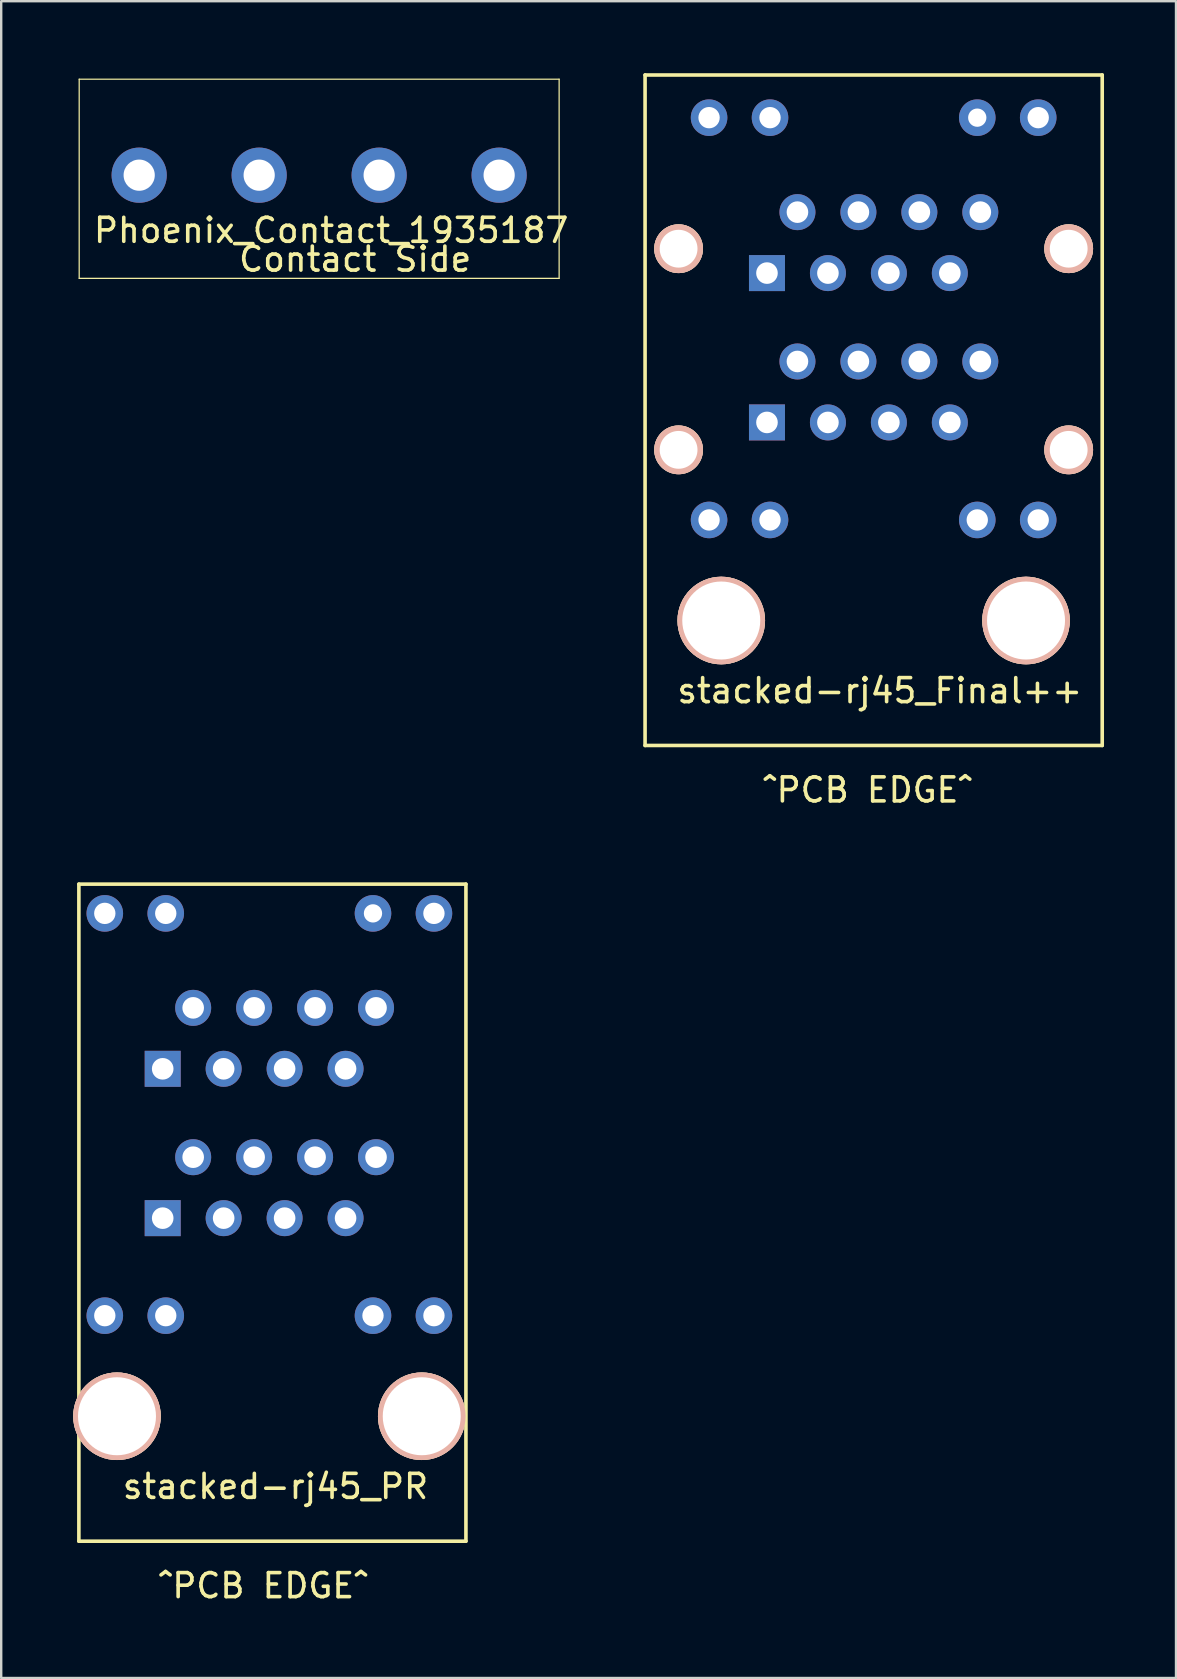
<source format=kicad_pcb>
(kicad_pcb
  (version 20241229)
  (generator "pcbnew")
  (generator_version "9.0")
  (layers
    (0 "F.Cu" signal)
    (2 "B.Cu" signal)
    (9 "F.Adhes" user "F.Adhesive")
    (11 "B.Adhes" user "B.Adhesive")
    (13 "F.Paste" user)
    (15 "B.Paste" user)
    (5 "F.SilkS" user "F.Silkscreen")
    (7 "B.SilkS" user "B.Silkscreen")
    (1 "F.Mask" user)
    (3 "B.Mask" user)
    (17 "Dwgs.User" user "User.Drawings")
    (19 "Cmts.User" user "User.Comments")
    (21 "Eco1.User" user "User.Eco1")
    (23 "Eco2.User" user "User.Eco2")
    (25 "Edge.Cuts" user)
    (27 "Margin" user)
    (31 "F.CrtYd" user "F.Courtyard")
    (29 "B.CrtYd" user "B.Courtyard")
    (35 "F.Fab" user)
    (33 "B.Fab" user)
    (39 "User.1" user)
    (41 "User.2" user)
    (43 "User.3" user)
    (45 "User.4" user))
  (footprint "stacked-rj45_Final++"
    (layer "F.Cu")
    (at 28.911 14.553)
    (property "Reference" "stacked-rj45_Final++" (at 4.7 11.18 0) (layer "F.SilkS") (effects (font (size 1 1) (thickness 0.15))))
    (attr through_hole)
    (fp_line (start -5.08 -14.478) (end -5.08 13.462) (stroke (width 0.15) (type solid)) (layer "F.SilkS"))
    (fp_line (start -5.08 -14.478) (end 13.97 -14.478) (stroke (width 0.15) (type solid)) (layer "F.SilkS"))
    (fp_line (start -5.08 13.462) (end 13.97 13.462) (stroke (width 0.15) (type solid)) (layer "F.SilkS"))
    (fp_line (start 13.97 -14.478) (end 13.97 13.462) (stroke (width 0.15) (type solid)) (layer "F.SilkS"))
    (fp_text user "^PCB EDGE^" (at 4.191 15.316 0) (layer "F.SilkS") (effects (font (size 1 1) (thickness 0.15))))
    (pad "" np_thru_hole circle (at -3.683 -7.239) (size 2.032 2.032) (drill 1.575) (layers "*.Cu" "*.SilkS" "*.Mask"))
    (pad "" np_thru_hole circle (at -3.683 1.143) (size 2.032 2.032) (drill 1.575) (layers "*.Cu" "*.SilkS" "*.Mask"))
    (pad "" np_thru_hole circle (at -1.905 8.255) (size 3.65 3.65) (drill 3.25) (layers "*.Cu" "*.SilkS" "*.Mask"))
    (pad "" np_thru_hole circle (at 10.795 8.255) (size 3.65 3.65) (drill 3.25) (layers "*.Cu" "*.SilkS" "*.Mask"))
    (pad "" np_thru_hole circle (at 12.573 -7.239) (size 2.032 2.032) (drill 1.575) (layers "*.Cu" "*.SilkS" "*.Mask"))
    (pad "" np_thru_hole circle (at 12.573 1.143) (size 2.032 2.032) (drill 1.575) (layers "*.Cu" "*.SilkS" "*.Mask"))
    (pad "1" thru_hole rect (at 0 0) (size 1.5 1.5) (drill 0.9) (layers "*.Cu" "*.Mask"))
    (pad "2" thru_hole circle (at 1.27 -2.54) (size 1.5 1.5) (drill 0.9) (layers "*.Cu" "*.Mask"))
    (pad "3" thru_hole circle (at 2.54 0) (size 1.5 1.5) (drill 0.9) (layers "*.Cu" "*.Mask"))
    (pad "4" thru_hole circle (at 3.81 -2.54) (size 1.5 1.5) (drill 0.9) (layers "*.Cu" "*.Mask"))
    (pad "5" thru_hole circle (at 5.08 0) (size 1.5 1.5) (drill 0.9) (layers "*.Cu" "*.Mask"))
    (pad "6" thru_hole circle (at 6.35 -2.54) (size 1.5 1.5) (drill 0.9) (layers "*.Cu" "*.Mask"))
    (pad "7" thru_hole circle (at 7.62 0) (size 1.5 1.5) (drill 0.9) (layers "*.Cu" "*.Mask"))
    (pad "8" thru_hole circle (at 8.89 -2.54) (size 1.5 1.5) (drill 0.9) (layers "*.Cu" "*.Mask"))
    (pad "9" thru_hole circle (at 8.89 -8.763) (size 1.5 1.5) (drill 0.9) (layers "*.Cu" "*.Mask"))
    (pad "10" thru_hole circle (at 7.62 -6.223) (size 1.5 1.5) (drill 0.9) (layers "*.Cu" "*.Mask"))
    (pad "11" thru_hole circle (at 6.35 -8.763) (size 1.5 1.5) (drill 0.9) (layers "*.Cu" "*.Mask"))
    (pad "12" thru_hole circle (at 5.08 -6.223) (size 1.5 1.5) (drill 0.9) (layers "*.Cu" "*.Mask"))
    (pad "13" thru_hole circle (at 3.81 -8.763) (size 1.5 1.5) (drill 0.9) (layers "*.Cu" "*.Mask"))
    (pad "14" thru_hole circle (at 2.54 -6.223) (size 1.5 1.5) (drill 0.9) (layers "*.Cu" "*.Mask"))
    (pad "15" thru_hole circle (at 1.27 -8.763) (size 1.5 1.5) (drill 0.9) (layers "*.Cu" "*.Mask"))
    (pad "16" thru_hole rect (at 0 -6.223) (size 1.5 1.5) (drill 0.9) (layers "*.Cu" "*.Mask"))
    (pad "17" thru_hole circle (at -2.413 -12.7) (size 1.524 1.524) (drill 0.889) (layers "*.Cu" "*.Mask"))
    (pad "18" thru_hole circle (at 0.127 -12.7) (size 1.524 1.524) (drill 0.889) (layers "*.Cu" "*.Mask"))
    (pad "19" thru_hole circle (at 8.763 -12.7) (size 1.524 1.524) (drill 0.762) (layers "*.Cu" "*.Mask"))
    (pad "20" thru_hole circle (at 11.303 -12.7) (size 1.524 1.524) (drill 0.889) (layers "*.Cu" "*.Mask"))
    (pad "21" thru_hole circle (at -2.413 4.064) (size 1.524 1.524) (drill 0.889) (layers "*.Cu" "*.Mask"))
    (pad "22" thru_hole circle (at 0.127 4.064) (size 1.524 1.524) (drill 0.889) (layers "*.Cu" "*.Mask"))
    (pad "23" thru_hole circle (at 8.763 4.064) (size 1.524 1.524) (drill 0.889) (layers "*.Cu" "*.Mask"))
    (pad "24" thru_hole circle (at 11.303 4.064) (size 1.524 1.524) (drill 0.889) (layers "*.Cu" "*.Mask")))
  (footprint "Phoenix_Contact_1935187"
    (layer "F.Cu")
    (at 0.25 0.25)
    (property "Reference" "Phoenix_Contact_1935187" (at 10.5 6.3 0) (layer "F.SilkS") (effects (font (size 1 1) (thickness 0.15))))
    (attr through_hole)
    (fp_line (start 0 0) (end 0 8.3) (stroke (width 0.051) (type solid)) (layer "F.SilkS"))
    (fp_line (start 0 0) (end 20 0) (stroke (width 0.051) (type solid)) (layer "F.SilkS"))
    (fp_line (start 0 8.3) (end 20 8.3) (stroke (width 0.051) (type solid)) (layer "F.SilkS"))
    (fp_line (start 20 0) (end 20 8.3) (stroke (width 0.051) (type solid)) (layer "F.SilkS"))
    (fp_text user "Contact Side" (at 11.5 7.5 0) (layer "F.SilkS") (effects (font (size 1 1) (thickness 0.15))))
    (pad "1" thru_hole circle (at 2.5 4) (size 2.3 2.3) (drill 1.3) (layers "*.Cu" "*.Mask"))
    (pad "2" thru_hole circle (at 7.5 4) (size 2.3 2.3) (drill 1.3) (layers "*.Cu" "*.Mask"))
    (pad "3" thru_hole circle (at 12.5 4) (size 2.3 2.3) (drill 1.3) (layers "*.Cu" "*.Mask"))
    (pad "4" thru_hole circle (at 17.5 4) (size 2.3 2.3) (drill 1.3) (layers "*.Cu" "*.Mask")))
  (footprint "stacked-rj45_PR"
    (layer "F.Cu")
    (at 3.73 47.712)
    (property "Reference" "stacked-rj45_PR" (at 4.7 11.18 0) (layer "F.SilkS") (effects (font (size 1 1) (thickness 0.15))))
    (attr through_hole)
    (fp_line (start -3.493 -13.919) (end 12.636 -13.919) (stroke (width 0.15) (type solid)) (layer "F.SilkS"))
    (fp_line (start -3.493 13.462) (end -3.493 -13.919) (stroke (width 0.15) (type solid)) (layer "F.SilkS"))
    (fp_line (start 12.636 -13.919) (end 12.636 13.462) (stroke (width 0.15) (type solid)) (layer "F.SilkS"))
    (fp_line (start 12.636 13.462) (end -3.493 13.462) (stroke (width 0.15) (type solid)) (layer "F.SilkS"))
    (fp_text user "^PCB EDGE^" (at 4.191 15.316 0) (layer "F.SilkS") (effects (font (size 1 1) (thickness 0.15))))
    (pad "" np_thru_hole circle (at -1.905 8.255) (size 3.65 3.65) (drill 3.25) (layers "*.Cu" "*.SilkS" "*.Mask"))
    (pad "" np_thru_hole circle (at 10.795 8.255) (size 3.65 3.65) (drill 3.25) (layers "*.Cu" "*.SilkS" "*.Mask"))
    (pad "1" thru_hole rect (at 0 -6.223) (size 1.5 1.5) (drill 0.9) (layers "*.Cu" "*.Mask"))
    (pad "1" thru_hole rect (at 0 0) (size 1.5 1.5) (drill 0.9) (layers "*.Cu" "*.Mask"))
    (pad "2" thru_hole circle (at 1.27 -8.763) (size 1.5 1.5) (drill 0.9) (layers "*.Cu" "*.Mask"))
    (pad "2" thru_hole circle (at 1.27 -2.54) (size 1.5 1.5) (drill 0.9) (layers "*.Cu" "*.Mask"))
    (pad "3" thru_hole circle (at 2.54 -6.223) (size 1.5 1.5) (drill 0.9) (layers "*.Cu" "*.Mask"))
    (pad "3" thru_hole circle (at 2.54 0) (size 1.5 1.5) (drill 0.9) (layers "*.Cu" "*.Mask"))
    (pad "4" thru_hole circle (at 3.81 -8.763) (size 1.5 1.5) (drill 0.9) (layers "*.Cu" "*.Mask"))
    (pad "4" thru_hole circle (at 3.81 -2.54) (size 1.5 1.5) (drill 0.9) (layers "*.Cu" "*.Mask"))
    (pad "5" thru_hole circle (at 5.08 -6.223) (size 1.5 1.5) (drill 0.9) (layers "*.Cu" "*.Mask"))
    (pad "5" thru_hole circle (at 5.08 0) (size 1.5 1.5) (drill 0.9) (layers "*.Cu" "*.Mask"))
    (pad "6" thru_hole circle (at 6.35 -8.763) (size 1.5 1.5) (drill 0.9) (layers "*.Cu" "*.Mask"))
    (pad "6" thru_hole circle (at 6.35 -2.54) (size 1.5 1.5) (drill 0.9) (layers "*.Cu" "*.Mask"))
    (pad "7" thru_hole circle (at 7.62 -6.223) (size 1.5 1.5) (drill 0.9) (layers "*.Cu" "*.Mask"))
    (pad "7" thru_hole circle (at 7.62 0) (size 1.5 1.5) (drill 0.9) (layers "*.Cu" "*.Mask"))
    (pad "8" thru_hole circle (at 8.89 -8.763) (size 1.5 1.5) (drill 0.9) (layers "*.Cu" "*.Mask"))
    (pad "8" thru_hole circle (at 8.89 -2.54) (size 1.5 1.5) (drill 0.9) (layers "*.Cu" "*.Mask"))
    (pad "10" thru_hole circle (at 11.303 -12.7) (size 1.524 1.524) (drill 0.889) (layers "*.Cu" "*.Mask"))
    (pad "11" thru_hole circle (at 0.127 -12.7) (size 1.524 1.524) (drill 0.889) (layers "*.Cu" "*.Mask"))
    (pad "11" thru_hole circle (at 8.763 -12.7) (size 1.524 1.524) (drill 0.762) (layers "*.Cu" "*.Mask"))
    (pad "12" thru_hole circle (at -2.413 -12.7) (size 1.524 1.524) (drill 0.889) (layers "*.Cu" "*.Mask"))
    (pad "13" thru_hole circle (at 11.303 4.064) (size 1.524 1.524) (drill 0.889) (layers "*.Cu" "*.Mask"))
    (pad "14" thru_hole circle (at 8.763 4.064) (size 1.524 1.524) (drill 0.889) (layers "*.Cu" "*.Mask"))
    (pad "15" thru_hole circle (at 0.127 4.064) (size 1.524 1.524) (drill 0.889) (layers "*.Cu" "*.Mask"))
    (pad "16" thru_hole circle (at -2.413 4.064) (size 1.524 1.524) (drill 0.889) (layers "*.Cu" "*.Mask")))
  (gr_rect
    (start -3 -3)
    (end 45.956 66.876)
    (stroke (width 0.1) (type default))
    (fill no)
    (layer "Edge.Cuts")))
</source>
